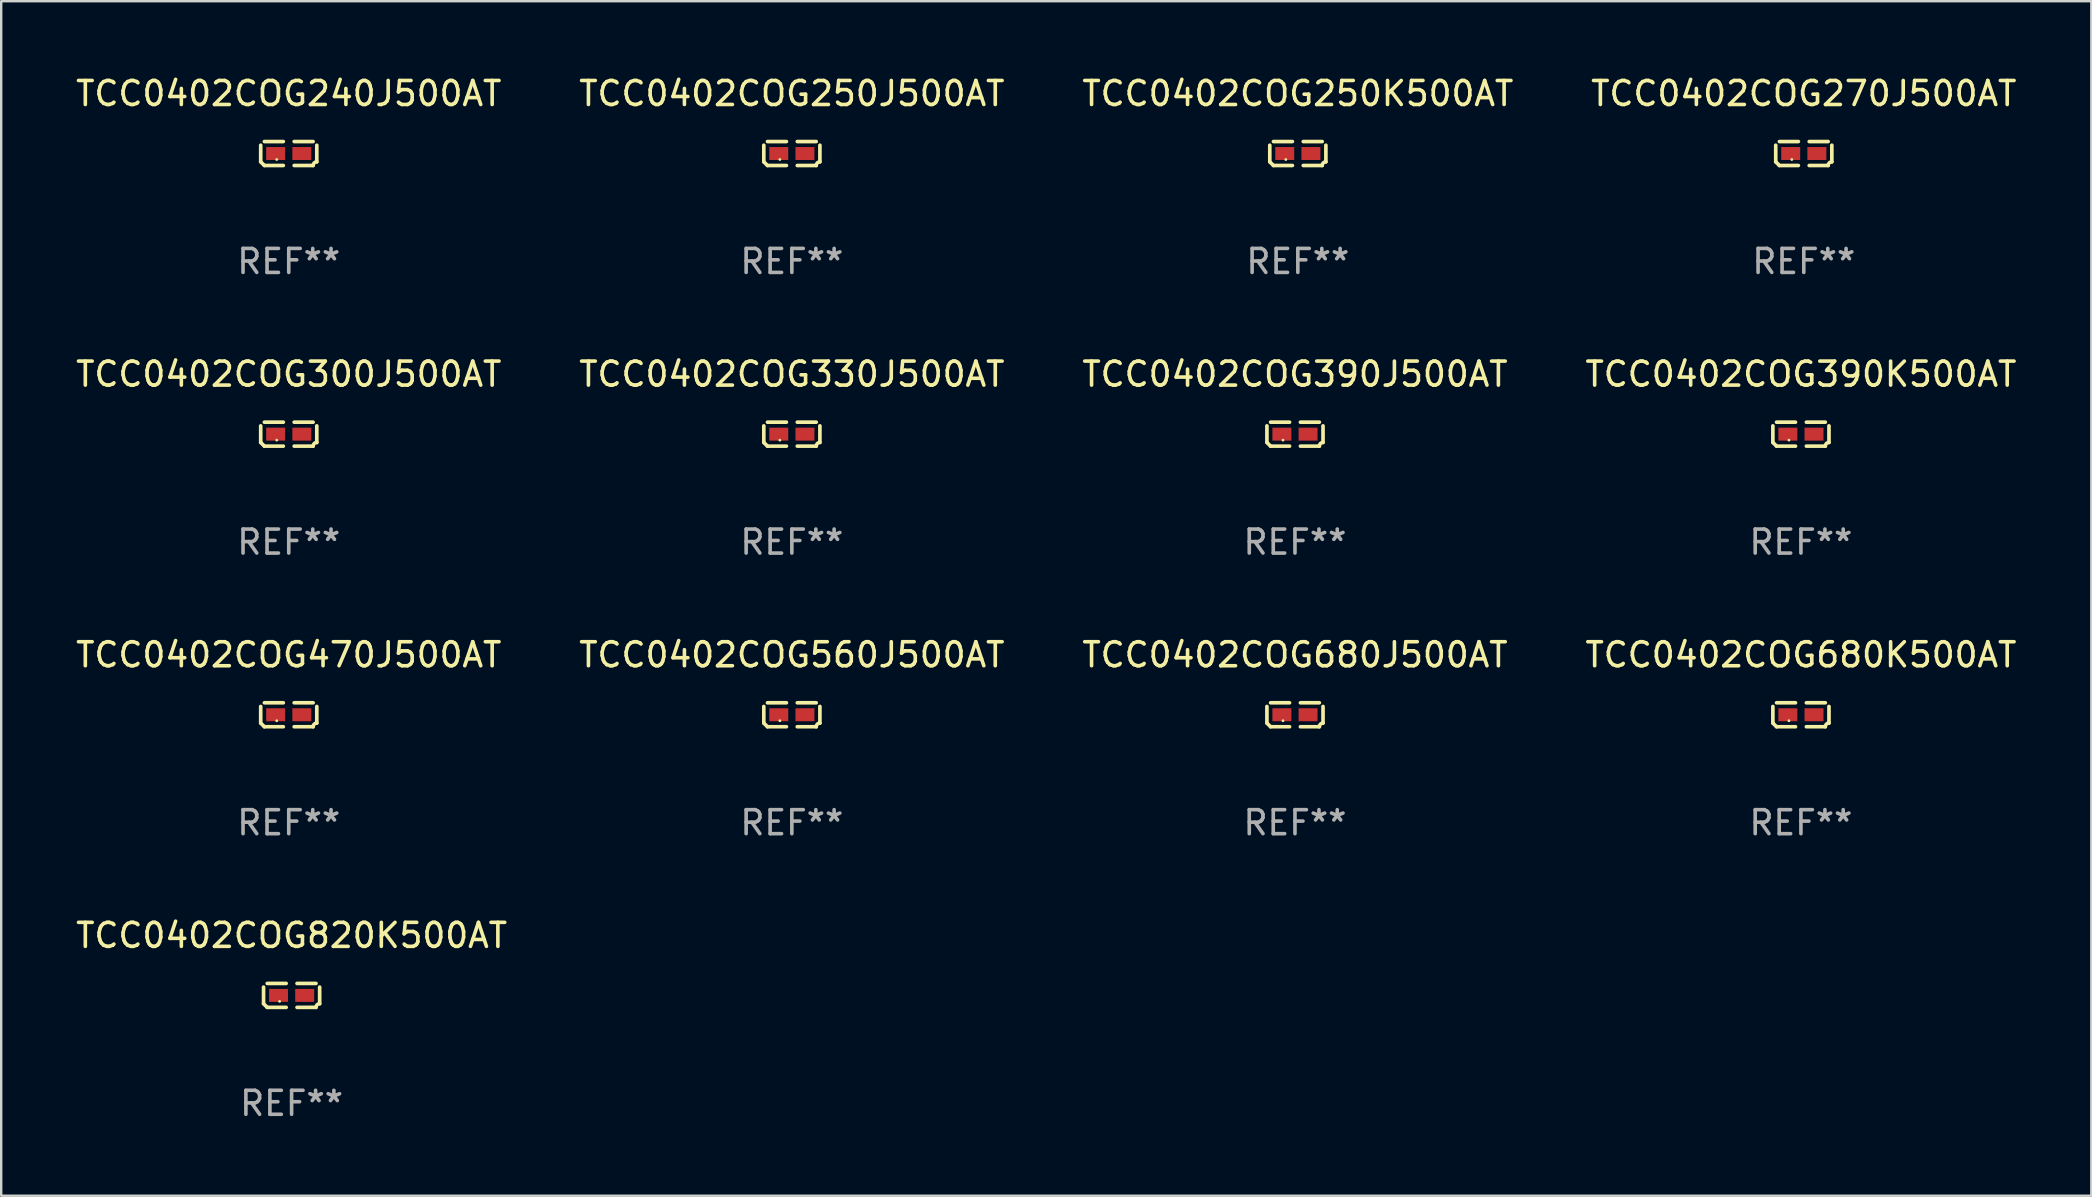
<source format=kicad_pcb>
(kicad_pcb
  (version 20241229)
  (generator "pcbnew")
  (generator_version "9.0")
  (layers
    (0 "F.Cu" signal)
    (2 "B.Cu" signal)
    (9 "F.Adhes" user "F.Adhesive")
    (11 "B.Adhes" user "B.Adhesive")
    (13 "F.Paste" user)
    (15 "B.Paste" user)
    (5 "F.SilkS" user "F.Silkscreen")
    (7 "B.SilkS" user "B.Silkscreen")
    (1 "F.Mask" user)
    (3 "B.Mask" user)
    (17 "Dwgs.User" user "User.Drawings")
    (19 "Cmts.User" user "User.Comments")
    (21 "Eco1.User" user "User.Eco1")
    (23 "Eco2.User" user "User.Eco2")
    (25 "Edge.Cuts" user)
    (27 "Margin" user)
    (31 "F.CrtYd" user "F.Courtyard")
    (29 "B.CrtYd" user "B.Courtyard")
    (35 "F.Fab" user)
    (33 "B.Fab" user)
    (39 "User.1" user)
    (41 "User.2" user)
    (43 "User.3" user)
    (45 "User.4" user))
  (footprint "TCC0402COG680J500AT"
    (layer "F.Cu")
    (at 50.911 26.734)
    (property "Reference" "TCC0402COG680J500AT" (at 0 -2.499 0) (layer "F.SilkS") (effects (font (size 1 1) (thickness 0.15))))
    (attr through_hole)
    (fp_line (start -1.169 0.346) (end -1.169 -0.346) (stroke (width 0.152) (type solid)) (layer "F.SilkS"))
    (fp_line (start -1.016 -0.499) (end -0.226 -0.499) (stroke (width 0.152) (type solid)) (layer "F.SilkS"))
    (fp_line (start -0.226 0.499) (end -1.016 0.499) (stroke (width 0.152) (type solid)) (layer "F.SilkS"))
    (fp_line (start 0.226 0.499) (end 1.016 0.499) (stroke (width 0.152) (type solid)) (layer "F.SilkS"))
    (fp_line (start 1.016 -0.499) (end 0.226 -0.499) (stroke (width 0.152) (type solid)) (layer "F.SilkS"))
    (fp_line (start 1.169 0.346) (end 1.169 -0.346) (stroke (width 0.152) (type solid)) (layer "F.SilkS"))
    (fp_arc (start -1.016307 0.498603) (mid -1.092512 0.422405) (end -1.16871 0.3462) (stroke (width 0.1524) (type solid)) (layer "F.SilkS"))
    (fp_arc (start 1.016307 0.498603) (mid 1.060899 0.390758) (end 1.168707 0.346076) (stroke (width 0.1524) (type solid)) (layer "F.SilkS"))
    (fp_circle (center -0.5 0.25) (end -0.47 0.25) (stroke (width 0.06) (type solid)) (fill no) (layer "F.SilkS"))
    (fp_text user "REF**" (at 0 4.499 0) (layer "F.Fab") (effects (font (size 1 1) (thickness 0.15))))
    (pad "1" smd rect (at -0.545 0) (size 0.79 0.54) (layers "F.Cu" "F.Mask" "F.Paste"))
    (pad "2" smd rect (at 0.545 0) (size 0.79 0.54) (layers "F.Cu" "F.Mask" "F.Paste")))
  (footprint "TCC0402COG240J500AT"
    (layer "F.Cu")
    (at 8.982 3.347)
    (property "Reference" "TCC0402COG240J500AT" (at 0 -2.499 0) (layer "F.SilkS") (effects (font (size 1 1) (thickness 0.15))))
    (attr through_hole)
    (fp_line (start -1.169 0.346) (end -1.169 -0.346) (stroke (width 0.152) (type solid)) (layer "F.SilkS"))
    (fp_line (start -1.016 -0.499) (end -0.226 -0.499) (stroke (width 0.152) (type solid)) (layer "F.SilkS"))
    (fp_line (start -0.226 0.499) (end -1.016 0.499) (stroke (width 0.152) (type solid)) (layer "F.SilkS"))
    (fp_line (start 0.226 0.499) (end 1.016 0.499) (stroke (width 0.152) (type solid)) (layer "F.SilkS"))
    (fp_line (start 1.016 -0.499) (end 0.226 -0.499) (stroke (width 0.152) (type solid)) (layer "F.SilkS"))
    (fp_line (start 1.169 0.346) (end 1.169 -0.346) (stroke (width 0.152) (type solid)) (layer "F.SilkS"))
    (fp_arc (start -1.016307 0.498603) (mid -1.092512 0.422405) (end -1.16871 0.3462) (stroke (width 0.1524) (type solid)) (layer "F.SilkS"))
    (fp_arc (start 1.016307 0.498603) (mid 1.060899 0.390758) (end 1.168707 0.346076) (stroke (width 0.1524) (type solid)) (layer "F.SilkS"))
    (fp_circle (center -0.5 0.25) (end -0.47 0.25) (stroke (width 0.06) (type solid)) (fill no) (layer "F.SilkS"))
    (fp_text user "REF**" (at 0 4.499 0) (layer "F.Fab") (effects (font (size 1 1) (thickness 0.15))))
    (pad "1" smd rect (at -0.545 0) (size 0.79 0.54) (layers "F.Cu" "F.Mask" "F.Paste"))
    (pad "2" smd rect (at 0.545 0) (size 0.79 0.54) (layers "F.Cu" "F.Mask" "F.Paste")))
  (footprint "TCC0402COG250J500AT"
    (layer "F.Cu")
    (at 29.946 3.347)
    (property "Reference" "TCC0402COG250J500AT" (at 0 -2.499 0) (layer "F.SilkS") (effects (font (size 1 1) (thickness 0.15))))
    (attr through_hole)
    (fp_line (start -1.169 0.346) (end -1.169 -0.346) (stroke (width 0.152) (type solid)) (layer "F.SilkS"))
    (fp_line (start -1.016 -0.499) (end -0.226 -0.499) (stroke (width 0.152) (type solid)) (layer "F.SilkS"))
    (fp_line (start -0.226 0.499) (end -1.016 0.499) (stroke (width 0.152) (type solid)) (layer "F.SilkS"))
    (fp_line (start 0.226 0.499) (end 1.016 0.499) (stroke (width 0.152) (type solid)) (layer "F.SilkS"))
    (fp_line (start 1.016 -0.499) (end 0.226 -0.499) (stroke (width 0.152) (type solid)) (layer "F.SilkS"))
    (fp_line (start 1.169 0.346) (end 1.169 -0.346) (stroke (width 0.152) (type solid)) (layer "F.SilkS"))
    (fp_arc (start -1.016307 0.498603) (mid -1.092512 0.422405) (end -1.16871 0.3462) (stroke (width 0.1524) (type solid)) (layer "F.SilkS"))
    (fp_arc (start 1.016307 0.498603) (mid 1.060899 0.390758) (end 1.168707 0.346076) (stroke (width 0.1524) (type solid)) (layer "F.SilkS"))
    (fp_circle (center -0.5 0.25) (end -0.47 0.25) (stroke (width 0.06) (type solid)) (fill no) (layer "F.SilkS"))
    (fp_text user "REF**" (at 0 4.499 0) (layer "F.Fab") (effects (font (size 1 1) (thickness 0.15))))
    (pad "1" smd rect (at -0.545 0) (size 0.79 0.54) (layers "F.Cu" "F.Mask" "F.Paste"))
    (pad "2" smd rect (at 0.545 0) (size 0.79 0.54) (layers "F.Cu" "F.Mask" "F.Paste")))
  (footprint "TCC0402COG680K500AT"
    (layer "F.Cu")
    (at 71.994 26.734)
    (property "Reference" "TCC0402COG680K500AT" (at 0 -2.499 0) (layer "F.SilkS") (effects (font (size 1 1) (thickness 0.15))))
    (attr through_hole)
    (fp_line (start -1.169 0.346) (end -1.169 -0.346) (stroke (width 0.152) (type solid)) (layer "F.SilkS"))
    (fp_line (start -1.016 -0.499) (end -0.226 -0.499) (stroke (width 0.152) (type solid)) (layer "F.SilkS"))
    (fp_line (start -0.226 0.499) (end -1.016 0.499) (stroke (width 0.152) (type solid)) (layer "F.SilkS"))
    (fp_line (start 0.226 0.499) (end 1.016 0.499) (stroke (width 0.152) (type solid)) (layer "F.SilkS"))
    (fp_line (start 1.016 -0.499) (end 0.226 -0.499) (stroke (width 0.152) (type solid)) (layer "F.SilkS"))
    (fp_line (start 1.169 0.346) (end 1.169 -0.346) (stroke (width 0.152) (type solid)) (layer "F.SilkS"))
    (fp_arc (start -1.016307 0.498603) (mid -1.092512 0.422405) (end -1.16871 0.3462) (stroke (width 0.1524) (type solid)) (layer "F.SilkS"))
    (fp_arc (start 1.016307 0.498603) (mid 1.060899 0.390758) (end 1.168707 0.346076) (stroke (width 0.1524) (type solid)) (layer "F.SilkS"))
    (fp_circle (center -0.5 0.25) (end -0.47 0.25) (stroke (width 0.06) (type solid)) (fill no) (layer "F.SilkS"))
    (fp_text user "REF**" (at 0 4.499 0) (layer "F.Fab") (effects (font (size 1 1) (thickness 0.15))))
    (pad "1" smd rect (at -0.545 0) (size 0.79 0.54) (layers "F.Cu" "F.Mask" "F.Paste"))
    (pad "2" smd rect (at 0.545 0) (size 0.79 0.54) (layers "F.Cu" "F.Mask" "F.Paste")))
  (footprint "TCC0402COG330J500AT"
    (layer "F.Cu")
    (at 29.946 15.041)
    (property "Reference" "TCC0402COG330J500AT" (at 0 -2.499 0) (layer "F.SilkS") (effects (font (size 1 1) (thickness 0.15))))
    (attr through_hole)
    (fp_line (start -1.169 0.346) (end -1.169 -0.346) (stroke (width 0.152) (type solid)) (layer "F.SilkS"))
    (fp_line (start -1.016 -0.499) (end -0.226 -0.499) (stroke (width 0.152) (type solid)) (layer "F.SilkS"))
    (fp_line (start -0.226 0.499) (end -1.016 0.499) (stroke (width 0.152) (type solid)) (layer "F.SilkS"))
    (fp_line (start 0.226 0.499) (end 1.016 0.499) (stroke (width 0.152) (type solid)) (layer "F.SilkS"))
    (fp_line (start 1.016 -0.499) (end 0.226 -0.499) (stroke (width 0.152) (type solid)) (layer "F.SilkS"))
    (fp_line (start 1.169 0.346) (end 1.169 -0.346) (stroke (width 0.152) (type solid)) (layer "F.SilkS"))
    (fp_arc (start -1.016307 0.498603) (mid -1.092512 0.422405) (end -1.16871 0.3462) (stroke (width 0.1524) (type solid)) (layer "F.SilkS"))
    (fp_arc (start 1.016307 0.498603) (mid 1.060899 0.390758) (end 1.168707 0.346076) (stroke (width 0.1524) (type solid)) (layer "F.SilkS"))
    (fp_circle (center -0.5 0.25) (end -0.47 0.25) (stroke (width 0.06) (type solid)) (fill no) (layer "F.SilkS"))
    (fp_text user "REF**" (at 0 4.499 0) (layer "F.Fab") (effects (font (size 1 1) (thickness 0.15))))
    (pad "1" smd rect (at -0.545 0) (size 0.79 0.54) (layers "F.Cu" "F.Mask" "F.Paste"))
    (pad "2" smd rect (at 0.545 0) (size 0.79 0.54) (layers "F.Cu" "F.Mask" "F.Paste")))
  (footprint "TCC0402COG390K500AT"
    (layer "F.Cu")
    (at 71.994 15.041)
    (property "Reference" "TCC0402COG390K500AT" (at 0 -2.499 0) (layer "F.SilkS") (effects (font (size 1 1) (thickness 0.15))))
    (attr through_hole)
    (fp_line (start -1.169 0.346) (end -1.169 -0.346) (stroke (width 0.152) (type solid)) (layer "F.SilkS"))
    (fp_line (start -1.016 -0.499) (end -0.226 -0.499) (stroke (width 0.152) (type solid)) (layer "F.SilkS"))
    (fp_line (start -0.226 0.499) (end -1.016 0.499) (stroke (width 0.152) (type solid)) (layer "F.SilkS"))
    (fp_line (start 0.226 0.499) (end 1.016 0.499) (stroke (width 0.152) (type solid)) (layer "F.SilkS"))
    (fp_line (start 1.016 -0.499) (end 0.226 -0.499) (stroke (width 0.152) (type solid)) (layer "F.SilkS"))
    (fp_line (start 1.169 0.346) (end 1.169 -0.346) (stroke (width 0.152) (type solid)) (layer "F.SilkS"))
    (fp_arc (start -1.016307 0.498603) (mid -1.092512 0.422405) (end -1.16871 0.3462) (stroke (width 0.1524) (type solid)) (layer "F.SilkS"))
    (fp_arc (start 1.016307 0.498603) (mid 1.060899 0.390758) (end 1.168707 0.346076) (stroke (width 0.1524) (type solid)) (layer "F.SilkS"))
    (fp_circle (center -0.5 0.25) (end -0.47 0.25) (stroke (width 0.06) (type solid)) (fill no) (layer "F.SilkS"))
    (fp_text user "REF**" (at 0 4.499 0) (layer "F.Fab") (effects (font (size 1 1) (thickness 0.15))))
    (pad "1" smd rect (at -0.545 0) (size 0.79 0.54) (layers "F.Cu" "F.Mask" "F.Paste"))
    (pad "2" smd rect (at 0.545 0) (size 0.79 0.54) (layers "F.Cu" "F.Mask" "F.Paste")))
  (footprint "TCC0402COG470J500AT"
    (layer "F.Cu")
    (at 8.982 26.734)
    (property "Reference" "TCC0402COG470J500AT" (at 0 -2.499 0) (layer "F.SilkS") (effects (font (size 1 1) (thickness 0.15))))
    (attr through_hole)
    (fp_line (start -1.169 0.346) (end -1.169 -0.346) (stroke (width 0.152) (type solid)) (layer "F.SilkS"))
    (fp_line (start -1.016 -0.499) (end -0.226 -0.499) (stroke (width 0.152) (type solid)) (layer "F.SilkS"))
    (fp_line (start -0.226 0.499) (end -1.016 0.499) (stroke (width 0.152) (type solid)) (layer "F.SilkS"))
    (fp_line (start 0.226 0.499) (end 1.016 0.499) (stroke (width 0.152) (type solid)) (layer "F.SilkS"))
    (fp_line (start 1.016 -0.499) (end 0.226 -0.499) (stroke (width 0.152) (type solid)) (layer "F.SilkS"))
    (fp_line (start 1.169 0.346) (end 1.169 -0.346) (stroke (width 0.152) (type solid)) (layer "F.SilkS"))
    (fp_arc (start -1.016307 0.498603) (mid -1.092512 0.422405) (end -1.16871 0.3462) (stroke (width 0.1524) (type solid)) (layer "F.SilkS"))
    (fp_arc (start 1.016307 0.498603) (mid 1.060899 0.390758) (end 1.168707 0.346076) (stroke (width 0.1524) (type solid)) (layer "F.SilkS"))
    (fp_circle (center -0.5 0.25) (end -0.47 0.25) (stroke (width 0.06) (type solid)) (fill no) (layer "F.SilkS"))
    (fp_text user "REF**" (at 0 4.499 0) (layer "F.Fab") (effects (font (size 1 1) (thickness 0.15))))
    (pad "1" smd rect (at -0.545 0) (size 0.79 0.54) (layers "F.Cu" "F.Mask" "F.Paste"))
    (pad "2" smd rect (at 0.545 0) (size 0.79 0.54) (layers "F.Cu" "F.Mask" "F.Paste")))
  (footprint "TCC0402COG250K500AT"
    (layer "F.Cu")
    (at 51.03 3.347)
    (property "Reference" "TCC0402COG250K500AT" (at 0 -2.499 0) (layer "F.SilkS") (effects (font (size 1 1) (thickness 0.15))))
    (attr through_hole)
    (fp_line (start -1.169 0.346) (end -1.169 -0.346) (stroke (width 0.152) (type solid)) (layer "F.SilkS"))
    (fp_line (start -1.016 -0.499) (end -0.226 -0.499) (stroke (width 0.152) (type solid)) (layer "F.SilkS"))
    (fp_line (start -0.226 0.499) (end -1.016 0.499) (stroke (width 0.152) (type solid)) (layer "F.SilkS"))
    (fp_line (start 0.226 0.499) (end 1.016 0.499) (stroke (width 0.152) (type solid)) (layer "F.SilkS"))
    (fp_line (start 1.016 -0.499) (end 0.226 -0.499) (stroke (width 0.152) (type solid)) (layer "F.SilkS"))
    (fp_line (start 1.169 0.346) (end 1.169 -0.346) (stroke (width 0.152) (type solid)) (layer "F.SilkS"))
    (fp_arc (start -1.016307 0.498603) (mid -1.092512 0.422405) (end -1.16871 0.3462) (stroke (width 0.1524) (type solid)) (layer "F.SilkS"))
    (fp_arc (start 1.016307 0.498603) (mid 1.060899 0.390758) (end 1.168707 0.346076) (stroke (width 0.1524) (type solid)) (layer "F.SilkS"))
    (fp_circle (center -0.5 0.25) (end -0.47 0.25) (stroke (width 0.06) (type solid)) (fill no) (layer "F.SilkS"))
    (fp_text user "REF**" (at 0 4.499 0) (layer "F.Fab") (effects (font (size 1 1) (thickness 0.15))))
    (pad "1" smd rect (at -0.545 0) (size 0.79 0.54) (layers "F.Cu" "F.Mask" "F.Paste"))
    (pad "2" smd rect (at 0.545 0) (size 0.79 0.54) (layers "F.Cu" "F.Mask" "F.Paste")))
  (footprint "TCC0402COG390J500AT"
    (layer "F.Cu")
    (at 50.911 15.041)
    (property "Reference" "TCC0402COG390J500AT" (at 0 -2.499 0) (layer "F.SilkS") (effects (font (size 1 1) (thickness 0.15))))
    (attr through_hole)
    (fp_line (start -1.169 0.346) (end -1.169 -0.346) (stroke (width 0.152) (type solid)) (layer "F.SilkS"))
    (fp_line (start -1.016 -0.499) (end -0.226 -0.499) (stroke (width 0.152) (type solid)) (layer "F.SilkS"))
    (fp_line (start -0.226 0.499) (end -1.016 0.499) (stroke (width 0.152) (type solid)) (layer "F.SilkS"))
    (fp_line (start 0.226 0.499) (end 1.016 0.499) (stroke (width 0.152) (type solid)) (layer "F.SilkS"))
    (fp_line (start 1.016 -0.499) (end 0.226 -0.499) (stroke (width 0.152) (type solid)) (layer "F.SilkS"))
    (fp_line (start 1.169 0.346) (end 1.169 -0.346) (stroke (width 0.152) (type solid)) (layer "F.SilkS"))
    (fp_arc (start -1.016307 0.498603) (mid -1.092512 0.422405) (end -1.16871 0.3462) (stroke (width 0.1524) (type solid)) (layer "F.SilkS"))
    (fp_arc (start 1.016307 0.498603) (mid 1.060899 0.390758) (end 1.168707 0.346076) (stroke (width 0.1524) (type solid)) (layer "F.SilkS"))
    (fp_circle (center -0.5 0.25) (end -0.47 0.25) (stroke (width 0.06) (type solid)) (fill no) (layer "F.SilkS"))
    (fp_text user "REF**" (at 0 4.499 0) (layer "F.Fab") (effects (font (size 1 1) (thickness 0.15))))
    (pad "1" smd rect (at -0.545 0) (size 0.79 0.54) (layers "F.Cu" "F.Mask" "F.Paste"))
    (pad "2" smd rect (at 0.545 0) (size 0.79 0.54) (layers "F.Cu" "F.Mask" "F.Paste")))
  (footprint "TCC0402COG270J500AT"
    (layer "F.Cu")
    (at 72.113 3.347)
    (property "Reference" "TCC0402COG270J500AT" (at 0 -2.499 0) (layer "F.SilkS") (effects (font (size 1 1) (thickness 0.15))))
    (attr through_hole)
    (fp_line (start -1.169 0.346) (end -1.169 -0.346) (stroke (width 0.152) (type solid)) (layer "F.SilkS"))
    (fp_line (start -1.016 -0.499) (end -0.226 -0.499) (stroke (width 0.152) (type solid)) (layer "F.SilkS"))
    (fp_line (start -0.226 0.499) (end -1.016 0.499) (stroke (width 0.152) (type solid)) (layer "F.SilkS"))
    (fp_line (start 0.226 0.499) (end 1.016 0.499) (stroke (width 0.152) (type solid)) (layer "F.SilkS"))
    (fp_line (start 1.016 -0.499) (end 0.226 -0.499) (stroke (width 0.152) (type solid)) (layer "F.SilkS"))
    (fp_line (start 1.169 0.346) (end 1.169 -0.346) (stroke (width 0.152) (type solid)) (layer "F.SilkS"))
    (fp_arc (start -1.016307 0.498603) (mid -1.092512 0.422405) (end -1.16871 0.3462) (stroke (width 0.1524) (type solid)) (layer "F.SilkS"))
    (fp_arc (start 1.016307 0.498603) (mid 1.060899 0.390758) (end 1.168707 0.346076) (stroke (width 0.1524) (type solid)) (layer "F.SilkS"))
    (fp_circle (center -0.5 0.25) (end -0.47 0.25) (stroke (width 0.06) (type solid)) (fill no) (layer "F.SilkS"))
    (fp_text user "REF**" (at 0 4.499 0) (layer "F.Fab") (effects (font (size 1 1) (thickness 0.15))))
    (pad "1" smd rect (at -0.545 0) (size 0.79 0.54) (layers "F.Cu" "F.Mask" "F.Paste"))
    (pad "2" smd rect (at 0.545 0) (size 0.79 0.54) (layers "F.Cu" "F.Mask" "F.Paste")))
  (footprint "TCC0402COG560J500AT"
    (layer "F.Cu")
    (at 29.946 26.734)
    (property "Reference" "TCC0402COG560J500AT" (at 0 -2.499 0) (layer "F.SilkS") (effects (font (size 1 1) (thickness 0.15))))
    (attr through_hole)
    (fp_line (start -1.169 0.346) (end -1.169 -0.346) (stroke (width 0.152) (type solid)) (layer "F.SilkS"))
    (fp_line (start -1.016 -0.499) (end -0.226 -0.499) (stroke (width 0.152) (type solid)) (layer "F.SilkS"))
    (fp_line (start -0.226 0.499) (end -1.016 0.499) (stroke (width 0.152) (type solid)) (layer "F.SilkS"))
    (fp_line (start 0.226 0.499) (end 1.016 0.499) (stroke (width 0.152) (type solid)) (layer "F.SilkS"))
    (fp_line (start 1.016 -0.499) (end 0.226 -0.499) (stroke (width 0.152) (type solid)) (layer "F.SilkS"))
    (fp_line (start 1.169 0.346) (end 1.169 -0.346) (stroke (width 0.152) (type solid)) (layer "F.SilkS"))
    (fp_arc (start -1.016307 0.498603) (mid -1.092512 0.422405) (end -1.16871 0.3462) (stroke (width 0.1524) (type solid)) (layer "F.SilkS"))
    (fp_arc (start 1.016307 0.498603) (mid 1.060899 0.390758) (end 1.168707 0.346076) (stroke (width 0.1524) (type solid)) (layer "F.SilkS"))
    (fp_circle (center -0.5 0.25) (end -0.47 0.25) (stroke (width 0.06) (type solid)) (fill no) (layer "F.SilkS"))
    (fp_text user "REF**" (at 0 4.499 0) (layer "F.Fab") (effects (font (size 1 1) (thickness 0.15))))
    (pad "1" smd rect (at -0.545 0) (size 0.79 0.54) (layers "F.Cu" "F.Mask" "F.Paste"))
    (pad "2" smd rect (at 0.545 0) (size 0.79 0.54) (layers "F.Cu" "F.Mask" "F.Paste")))
  (footprint "TCC0402COG300J500AT"
    (layer "F.Cu")
    (at 8.982 15.041)
    (property "Reference" "TCC0402COG300J500AT" (at 0 -2.499 0) (layer "F.SilkS") (effects (font (size 1 1) (thickness 0.15))))
    (attr through_hole)
    (fp_line (start -1.169 0.346) (end -1.169 -0.346) (stroke (width 0.152) (type solid)) (layer "F.SilkS"))
    (fp_line (start -1.016 -0.499) (end -0.226 -0.499) (stroke (width 0.152) (type solid)) (layer "F.SilkS"))
    (fp_line (start -0.226 0.499) (end -1.016 0.499) (stroke (width 0.152) (type solid)) (layer "F.SilkS"))
    (fp_line (start 0.226 0.499) (end 1.016 0.499) (stroke (width 0.152) (type solid)) (layer "F.SilkS"))
    (fp_line (start 1.016 -0.499) (end 0.226 -0.499) (stroke (width 0.152) (type solid)) (layer "F.SilkS"))
    (fp_line (start 1.169 0.346) (end 1.169 -0.346) (stroke (width 0.152) (type solid)) (layer "F.SilkS"))
    (fp_arc (start -1.016307 0.498603) (mid -1.092512 0.422405) (end -1.16871 0.3462) (stroke (width 0.1524) (type solid)) (layer "F.SilkS"))
    (fp_arc (start 1.016307 0.498603) (mid 1.060899 0.390758) (end 1.168707 0.346076) (stroke (width 0.1524) (type solid)) (layer "F.SilkS"))
    (fp_circle (center -0.5 0.25) (end -0.47 0.25) (stroke (width 0.06) (type solid)) (fill no) (layer "F.SilkS"))
    (fp_text user "REF**" (at 0 4.499 0) (layer "F.Fab") (effects (font (size 1 1) (thickness 0.15))))
    (pad "1" smd rect (at -0.545 0) (size 0.79 0.54) (layers "F.Cu" "F.Mask" "F.Paste"))
    (pad "2" smd rect (at 0.545 0) (size 0.79 0.54) (layers "F.Cu" "F.Mask" "F.Paste")))
  (footprint "TCC0402COG820K500AT"
    (layer "F.Cu")
    (at 9.101 38.428)
    (property "Reference" "TCC0402COG820K500AT" (at 0 -2.499 0) (layer "F.SilkS") (effects (font (size 1 1) (thickness 0.15))))
    (attr through_hole)
    (fp_line (start -1.169 0.346) (end -1.169 -0.346) (stroke (width 0.152) (type solid)) (layer "F.SilkS"))
    (fp_line (start -1.016 -0.499) (end -0.226 -0.499) (stroke (width 0.152) (type solid)) (layer "F.SilkS"))
    (fp_line (start -0.226 0.499) (end -1.016 0.499) (stroke (width 0.152) (type solid)) (layer "F.SilkS"))
    (fp_line (start 0.226 0.499) (end 1.016 0.499) (stroke (width 0.152) (type solid)) (layer "F.SilkS"))
    (fp_line (start 1.016 -0.499) (end 0.226 -0.499) (stroke (width 0.152) (type solid)) (layer "F.SilkS"))
    (fp_line (start 1.169 0.346) (end 1.169 -0.346) (stroke (width 0.152) (type solid)) (layer "F.SilkS"))
    (fp_arc (start -1.016307 0.498603) (mid -1.092512 0.422405) (end -1.16871 0.3462) (stroke (width 0.1524) (type solid)) (layer "F.SilkS"))
    (fp_arc (start 1.016307 0.498603) (mid 1.060899 0.390758) (end 1.168707 0.346076) (stroke (width 0.1524) (type solid)) (layer "F.SilkS"))
    (fp_circle (center -0.5 0.25) (end -0.47 0.25) (stroke (width 0.06) (type solid)) (fill no) (layer "F.SilkS"))
    (fp_text user "REF**" (at 0 4.499 0) (layer "F.Fab") (effects (font (size 1 1) (thickness 0.15))))
    (pad "1" smd rect (at -0.545 0) (size 0.79 0.54) (layers "F.Cu" "F.Mask" "F.Paste"))
    (pad "2" smd rect (at 0.545 0) (size 0.79 0.54) (layers "F.Cu" "F.Mask" "F.Paste")))
  (gr_rect
    (start -3 -3)
    (end 84.095 46.775)
    (stroke (width 0.1) (type default))
    (fill no)
    (layer "Edge.Cuts")))
</source>
